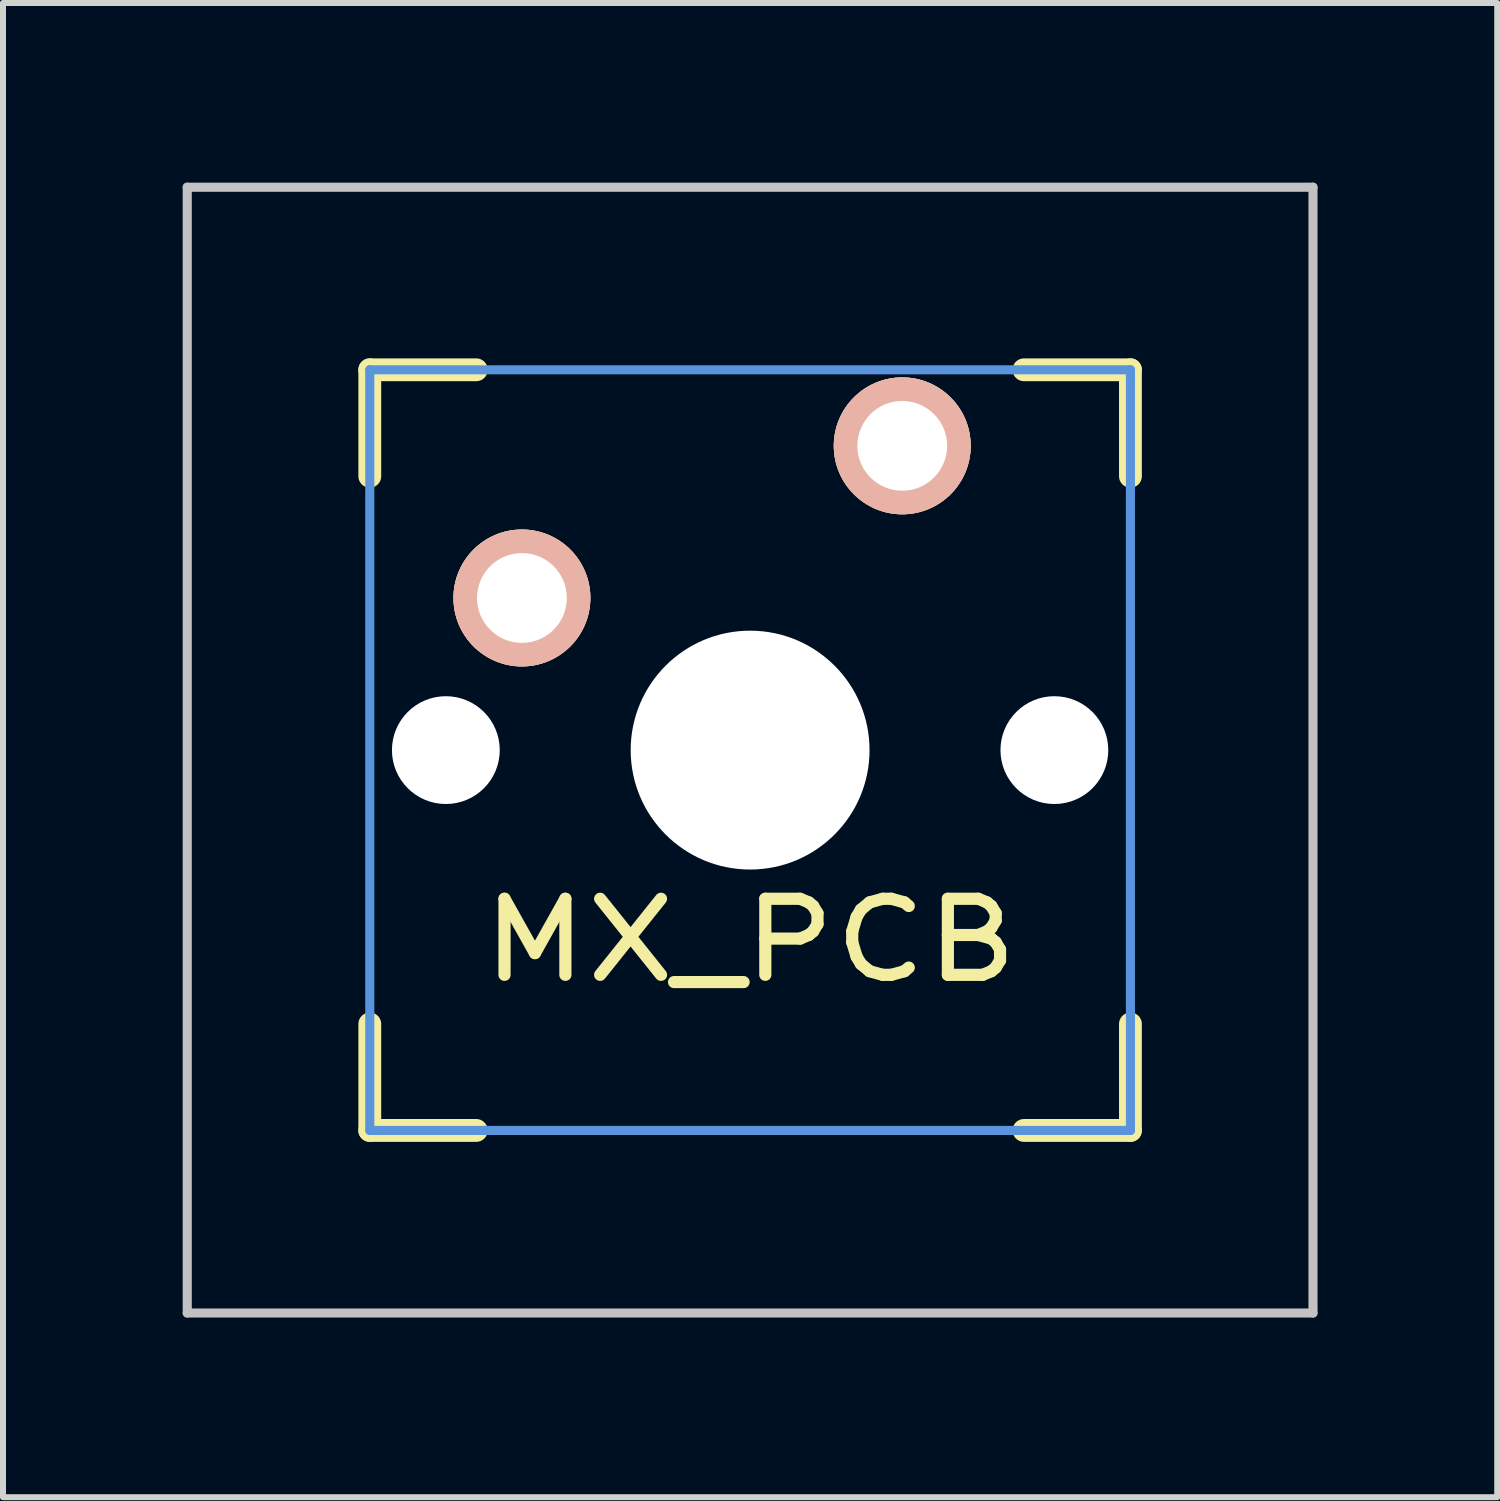
<source format=kicad_pcb>
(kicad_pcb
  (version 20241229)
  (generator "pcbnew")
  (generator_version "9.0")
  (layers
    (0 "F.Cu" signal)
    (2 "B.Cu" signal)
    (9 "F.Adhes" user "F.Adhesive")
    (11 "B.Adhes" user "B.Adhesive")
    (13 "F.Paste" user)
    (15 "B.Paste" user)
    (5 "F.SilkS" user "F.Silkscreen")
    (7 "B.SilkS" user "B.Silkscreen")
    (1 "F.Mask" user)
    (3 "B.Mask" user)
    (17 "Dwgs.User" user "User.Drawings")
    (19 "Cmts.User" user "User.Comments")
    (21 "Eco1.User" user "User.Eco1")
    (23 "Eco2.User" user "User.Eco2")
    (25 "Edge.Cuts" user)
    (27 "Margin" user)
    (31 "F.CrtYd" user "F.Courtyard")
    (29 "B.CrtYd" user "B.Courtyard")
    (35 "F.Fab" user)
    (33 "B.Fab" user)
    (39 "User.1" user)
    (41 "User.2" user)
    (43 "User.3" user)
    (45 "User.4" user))
  (footprint "MX_PCB"
    (layer "F.Cu")
    (at 9.474 9.474)
    (property "Reference" "MX_PCB" (at 0 3.175 0) (layer "F.SilkS") (effects (font (size 1.27 1.524) (thickness 0.203))))
    (attr through_hole)
    (fp_line (start -6.35 -6.35) (end -4.572 -6.35) (stroke (width 0.381) (type solid)) (layer "F.SilkS"))
    (fp_line (start -6.35 -4.572) (end -6.35 -6.35) (stroke (width 0.381) (type solid)) (layer "F.SilkS"))
    (fp_line (start -6.35 6.35) (end -6.35 4.572) (stroke (width 0.381) (type solid)) (layer "F.SilkS"))
    (fp_line (start -4.572 6.35) (end -6.35 6.35) (stroke (width 0.381) (type solid)) (layer "F.SilkS"))
    (fp_line (start 4.572 -6.35) (end 6.35 -6.35) (stroke (width 0.381) (type solid)) (layer "F.SilkS"))
    (fp_line (start 6.35 -6.35) (end 6.35 -4.572) (stroke (width 0.381) (type solid)) (layer "F.SilkS"))
    (fp_line (start 6.35 4.572) (end 6.35 6.35) (stroke (width 0.381) (type solid)) (layer "F.SilkS"))
    (fp_line (start 6.35 6.35) (end 4.572 6.35) (stroke (width 0.381) (type solid)) (layer "F.SilkS"))
    (fp_line (start -9.398 -9.398) (end 9.398 -9.398) (stroke (width 0.152) (type solid)) (layer "Dwgs.User"))
    (fp_line (start -9.398 9.398) (end -9.398 -9.398) (stroke (width 0.152) (type solid)) (layer "Dwgs.User"))
    (fp_line (start 9.398 -9.398) (end 9.398 9.398) (stroke (width 0.152) (type solid)) (layer "Dwgs.User"))
    (fp_line (start 9.398 9.398) (end -9.398 9.398) (stroke (width 0.152) (type solid)) (layer "Dwgs.User"))
    (fp_line (start -6.35 -6.35) (end 6.35 -6.35) (stroke (width 0.152) (type solid)) (layer "Cmts.User"))
    (fp_line (start -6.35 6.35) (end -6.35 -6.35) (stroke (width 0.152) (type solid)) (layer "Cmts.User"))
    (fp_line (start 6.35 -6.35) (end 6.35 6.35) (stroke (width 0.152) (type solid)) (layer "Cmts.User"))
    (fp_line (start 6.35 6.35) (end -6.35 6.35) (stroke (width 0.152) (type solid)) (layer "Cmts.User"))
    (pad "" np_thru_hole circle (at -5.08 0) (size 1.8 1.8) (drill 1.8) (layers "*.Cu" "*.Mask"))
    (pad "" np_thru_hole circle (at 0 0) (size 3.988 3.988) (drill 3.988) (layers "*.Cu" "*.Mask"))
    (pad "" np_thru_hole circle (at 5.08 0) (size 1.8 1.8) (drill 1.8) (layers "*.Cu" "*.Mask"))
    (pad "1" thru_hole circle (at 2.54 -5.08) (size 2.286 2.286) (drill 1.499) (layers "*.Cu" "*.SilkS" "*.Mask"))
    (pad "2" thru_hole circle (at -3.81 -2.54) (size 2.286 2.286) (drill 1.499) (layers "*.Cu" "*.SilkS" "*.Mask")))
  (gr_rect
    (start -3 -3)
    (end 21.948 21.948)
    (stroke (width 0.1) (type default))
    (fill no)
    (layer "Edge.Cuts")))
</source>
